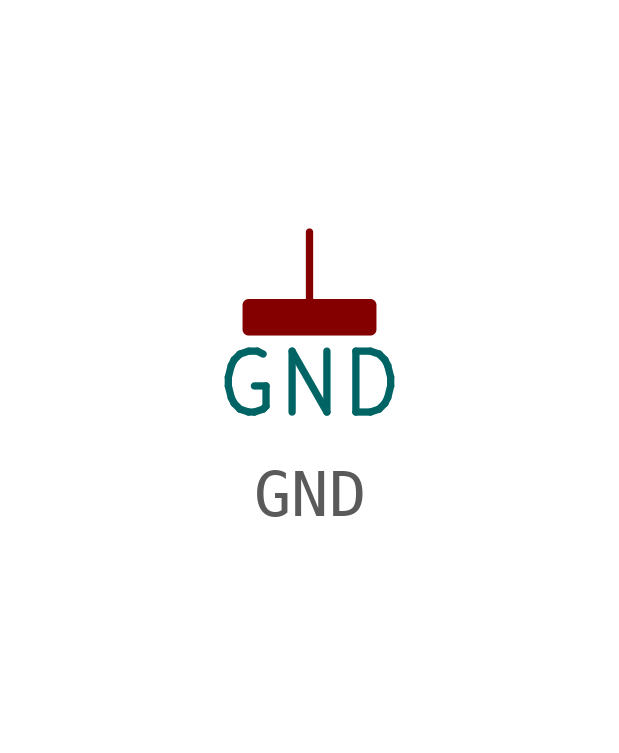
<source format=kicad_sym>
(kicad_symbol_lib
  (version 20211014)
  (generator kicad_symbol_editor)
  (symbol "GND"
    (power)
    (pin_numbers hide)
    (pin_names
      (offset 0) hide)
    (property "Reference" "#PWR"
      (at 0 -6.35 0)
      (effects (font (size 1.27 1.27)) hide))
    (property "Value" "GND"
      (at 0 -3.175 0)
      (effects (font (size 1.27 1.27))))
    (symbol "GND_0_1"
      (rectangle (start -1.27 -1.524) (end 1.27 -2.032) (stroke (width 0.254) (type default) (color 0 0 0 0)) (fill (type outline)))
      (polyline (pts (xy 0 0) (xy 0 -1.524)) (stroke (width 0) (type default) (color 0 0 0 0)) (fill (type none))))
    (symbol "GND_1_1"
      (pin power_in line (at 0 0 270) (length 0) hide (name "GND" (effects (font (size 1.27 1.27)))) (number "1" (effects (font (size 1.27 1.27))))))))
</source>
